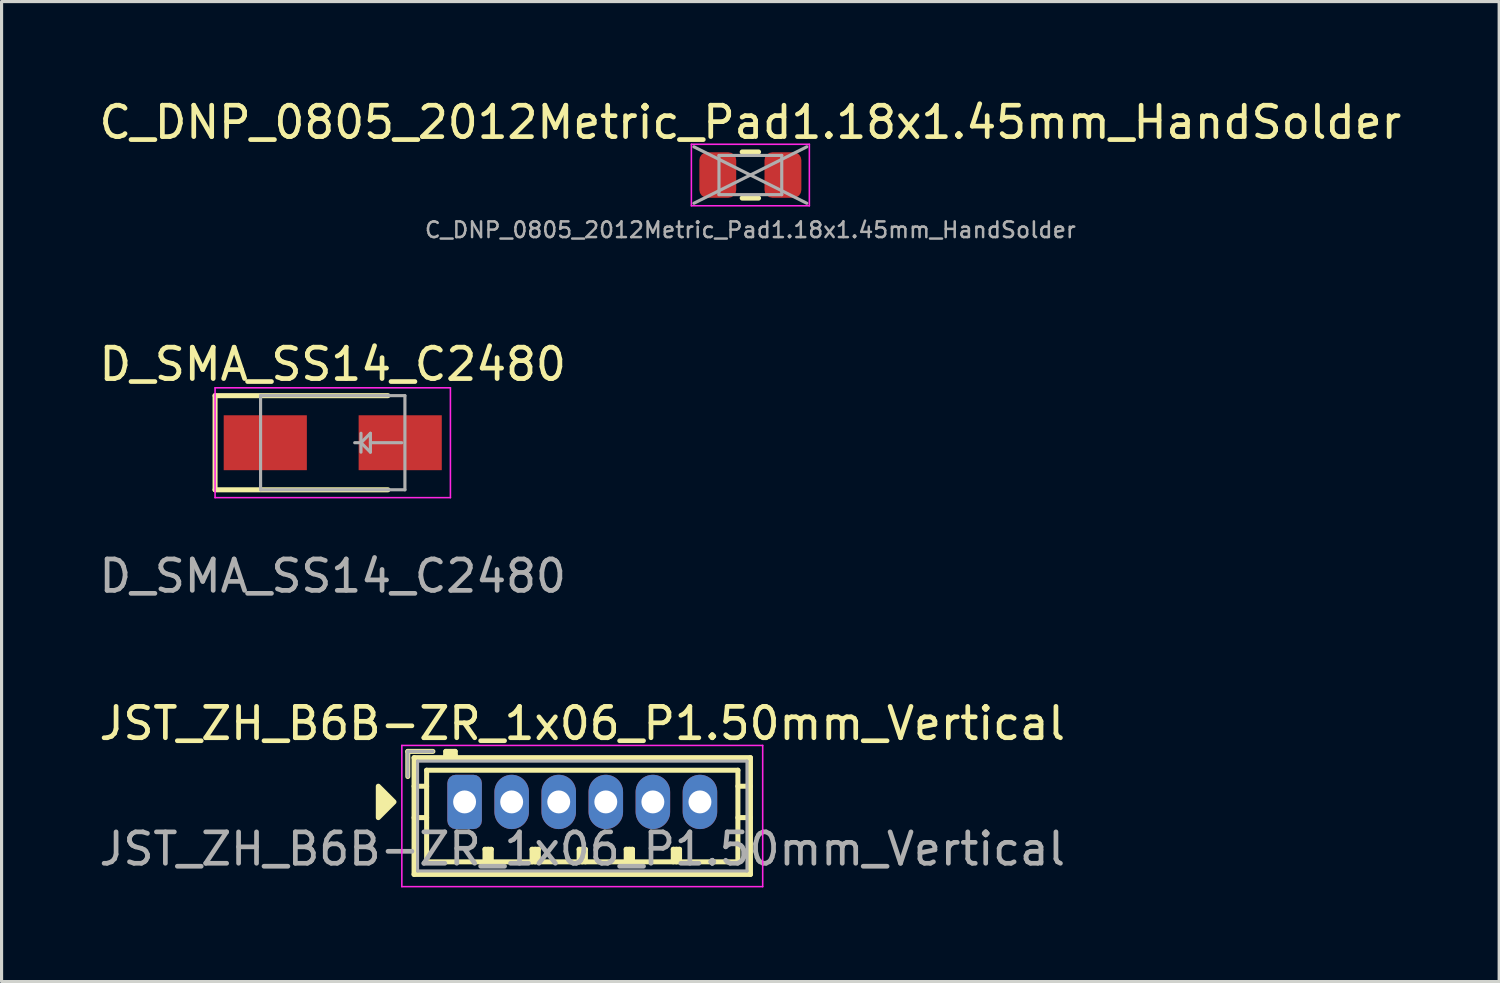
<source format=kicad_pcb>
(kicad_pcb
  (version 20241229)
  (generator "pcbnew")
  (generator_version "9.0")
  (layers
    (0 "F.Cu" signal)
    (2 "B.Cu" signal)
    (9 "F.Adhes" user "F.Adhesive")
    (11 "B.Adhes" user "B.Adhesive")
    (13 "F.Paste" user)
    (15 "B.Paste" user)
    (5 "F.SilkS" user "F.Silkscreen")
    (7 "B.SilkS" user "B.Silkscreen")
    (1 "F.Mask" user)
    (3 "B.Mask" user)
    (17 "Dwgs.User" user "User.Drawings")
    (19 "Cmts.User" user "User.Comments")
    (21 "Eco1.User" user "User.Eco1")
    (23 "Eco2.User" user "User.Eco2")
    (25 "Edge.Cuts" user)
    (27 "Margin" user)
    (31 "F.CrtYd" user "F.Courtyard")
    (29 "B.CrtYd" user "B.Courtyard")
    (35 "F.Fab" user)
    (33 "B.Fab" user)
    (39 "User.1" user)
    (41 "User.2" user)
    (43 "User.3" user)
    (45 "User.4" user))
  (footprint "D_SMA_SS14_C2480"
    (layer "F.Cu")
    (at 7.554 11.059)
    (property "Reference" "D_SMA_SS14_C2480" (at 0 -2.5 0) (layer "F.SilkS") (effects (font (size 1 1) (thickness 0.15))))
    (attr smd)
    (fp_line (start -3.75 -1.5) (end -3.75 1.5) (stroke (width 0.16) (type solid)) (layer "F.SilkS"))
    (fp_line (start -3.75 -1.5) (end 1.76 -1.5) (stroke (width 0.16) (type solid)) (layer "F.SilkS"))
    (fp_line (start -3.75 1.5) (end 1.76 1.5) (stroke (width 0.16) (type solid)) (layer "F.SilkS"))
    (fp_line (start -3.75 -1.75) (end 3.75 -1.75) (stroke (width 0.05) (type solid)) (layer "F.CrtYd"))
    (fp_line (start -3.75 1.75) (end -3.75 -1.75) (stroke (width 0.05) (type solid)) (layer "F.CrtYd"))
    (fp_line (start 3.75 -1.75) (end 3.75 1.75) (stroke (width 0.05) (type solid)) (layer "F.CrtYd"))
    (fp_line (start 3.75 1.75) (end -3.75 1.75) (stroke (width 0.05) (type solid)) (layer "F.CrtYd"))
    (fp_line (start -2.3 1.5) (end -2.3 -1.5) (stroke (width 0.1) (type solid)) (layer "F.Fab"))
    (fp_line (start 0.7 0) (end 0.899 0) (stroke (width 0.1) (type solid)) (layer "F.Fab"))
    (fp_line (start 0.9 -0.3) (end 0.9 0.3) (stroke (width 0.1) (type default)) (layer "F.Fab"))
    (fp_line (start 1.2 -0.3) (end 0.9 0.00013) (stroke (width 0.1) (type default)) (layer "F.Fab"))
    (fp_line (start 1.2 0.3) (end 0.9 0) (stroke (width 0.1) (type default)) (layer "F.Fab"))
    (fp_line (start 1.2 0.3) (end 1.2 -0.3) (stroke (width 0.1) (type solid)) (layer "F.Fab"))
    (fp_line (start 1.201 0) (end 2.199 0) (stroke (width 0.1) (type solid)) (layer "F.Fab"))
    (fp_line (start 2.3 -1.5) (end -2.3 -1.5) (stroke (width 0.1) (type solid)) (layer "F.Fab"))
    (fp_line (start 2.3 -1.5) (end 2.3 1.5) (stroke (width 0.1) (type solid)) (layer "F.Fab"))
    (fp_line (start 2.3 1.5) (end -2.3 1.5) (stroke (width 0.1) (type solid)) (layer "F.Fab"))
    (fp_text user "${REFERENCE}" (at 0 4.25 0) (layer "F.Fab") (effects (font (size 1 1) (thickness 0.15))))
    (dimension (type aligned) (layer "User.1") (pts (xy 5.404 11.059) (xy 9.704 11.059)) (height -1.25) (format (prefix "") (suffix "") (units 3) (units_format 1) (precision 2)) (style (thickness 0.01) (arrow_length 0.01) (text_position_mode 2) (arrow_direction outward) (extension_height 0) (extension_offset 0) (keep_text_aligned yes)) (gr_text "4.30 mm" (at 7.554 9.809 0) (layer "User.1") (effects (font (size 0.1 0.1) (thickness 0.15)))))
    (dimension (type aligned) (layer "User.1") (pts (xy 6.729 10.184) (xy 6.729 11.934)) (height -0.1) (format (prefix "") (suffix "") (units 3) (units_format 1) (precision 2)) (style (thickness 0.01) (arrow_length 0.01) (text_position_mode 2) (arrow_direction outward) (extension_height 0) (extension_offset 0) (keep_text_aligned yes)) (gr_text "1.75 mm" (at 6.857 10.969 90) (layer "User.1") (effects (font (size 0.1 0.1) (thickness 0.15)))))
    (dimension (type aligned) (layer "User.1") (pts (xy 4.079 10.184) (xy 6.729 10.184)) (height -0.1) (format (prefix "") (suffix "") (units 3) (units_format 1) (precision 2)) (style (thickness 0.01) (arrow_length 0.01) (text_position_mode 2) (arrow_direction outward) (extension_height 0) (extension_offset 0) (keep_text_aligned yes)) (gr_text "2.65 mm" (at 5.554 10.059 0) (layer "User.1") (effects (font (size 0.1 0.1) (thickness 0.15)))))
    (pad "1" smd rect (at -2.15 0) (size 2.65 1.75) (layers "F.Cu" "F.Mask" "F.Paste"))
    (pad "2" smd rect (at 2.15 0) (size 2.65 1.75) (layers "F.Cu" "F.Mask" "F.Paste")))
  (footprint "C_DNP_0805_2012Metric_Pad1.18x1.45mm_HandSolder"
    (layer "F.Cu")
    (at 20.863 2.528)
    (property "Reference" "C_DNP_0805_2012Metric_Pad1.18x1.45mm_HandSolder" (at 0 -1.68 0) (layer "F.SilkS") (effects (font (size 1 1) (thickness 0.15))))
    (attr smd)
    (fp_line (start -0.261 -0.735) (end 0.261 -0.735) (stroke (width 0.16) (type solid)) (layer "F.SilkS"))
    (fp_line (start -0.261 0.735) (end 0.261 0.735) (stroke (width 0.16) (type solid)) (layer "F.SilkS"))
    (fp_line (start -1.88 -0.98) (end 1.88 -0.98) (stroke (width 0.05) (type solid)) (layer "F.CrtYd"))
    (fp_line (start -1.88 0.98) (end -1.88 -0.98) (stroke (width 0.05) (type solid)) (layer "F.CrtYd"))
    (fp_line (start 1.88 -0.98) (end 1.88 0.98) (stroke (width 0.05) (type solid)) (layer "F.CrtYd"))
    (fp_line (start 1.88 0.98) (end -1.88 0.98) (stroke (width 0.05) (type solid)) (layer "F.CrtYd"))
    (fp_line (start -1.8 -0.9) (end 1.8 0.9) (stroke (width 0.1) (type default)) (layer "F.Fab"))
    (fp_line (start -1 -0.625) (end 1 -0.625) (stroke (width 0.1) (type solid)) (layer "F.Fab"))
    (fp_line (start -1 0.625) (end -1 -0.625) (stroke (width 0.1) (type solid)) (layer "F.Fab"))
    (fp_line (start 1 -0.625) (end 1 0.625) (stroke (width 0.1) (type solid)) (layer "F.Fab"))
    (fp_line (start 1 0.625) (end -1 0.625) (stroke (width 0.1) (type solid)) (layer "F.Fab"))
    (fp_line (start 1.8 -0.9) (end -1.8 0.9) (stroke (width 0.1) (type default)) (layer "F.Fab"))
    (fp_text user "${REFERENCE}" (at 0 1.75 0) (layer "F.Fab") (effects (font (size 0.5 0.5) (thickness 0.08))))
    (pad "1" smd roundrect (at -1.038 0) (size 1.175 1.45) (layers "F.Cu" "F.Mask" "F.Paste") (roundrect_rratio 0.213))
    (pad "2" smd roundrect (at 1.038 0) (size 1.175 1.45) (layers "F.Cu" "F.Mask" "F.Paste") (roundrect_rratio 0.213)))
  (footprint "JST_ZH_B6B-ZR_1x06_P1.50mm_Vertical"
    (layer "F.Cu")
    (at 11.756 22.506)
    (property "Reference" "JST_ZH_B6B-ZR_1x06_P1.50mm_Vertical" (at 3.75 -2.5 0) (layer "F.SilkS") (effects (font (size 1 1) (thickness 0.15))))
    (attr through_hole)
    (fp_line (start -1.81 -1.61) (end -1.81 -0.81) (stroke (width 0.16) (type solid)) (layer "F.SilkS"))
    (fp_line (start -1.61 -1.41) (end -1.61 2.31) (stroke (width 0.16) (type solid)) (layer "F.SilkS"))
    (fp_line (start -1.61 -0.5) (end -1.21 -0.5) (stroke (width 0.16) (type solid)) (layer "F.SilkS"))
    (fp_line (start -1.61 0.5) (end -1.21 0.5) (stroke (width 0.16) (type solid)) (layer "F.SilkS"))
    (fp_line (start -1.61 2.31) (end 9.11 2.31) (stroke (width 0.16) (type solid)) (layer "F.SilkS"))
    (fp_line (start -1.21 -1.01) (end -1.21 1.91) (stroke (width 0.16) (type solid)) (layer "F.SilkS"))
    (fp_line (start -1.21 1.91) (end 8.71 1.91) (stroke (width 0.16) (type solid)) (layer "F.SilkS"))
    (fp_line (start -1.01 -1.61) (end -1.81 -1.61) (stroke (width 0.16) (type solid)) (layer "F.SilkS"))
    (fp_line (start -0.6 -1.61) (end -0.6 -1.41) (stroke (width 0.16) (type solid)) (layer "F.SilkS"))
    (fp_line (start -0.3 -1.61) (end -0.6 -1.61) (stroke (width 0.16) (type solid)) (layer "F.SilkS"))
    (fp_line (start -0.3 -1.51) (end -0.6 -1.51) (stroke (width 0.16) (type solid)) (layer "F.SilkS"))
    (fp_line (start -0.3 -1.41) (end -0.3 -1.61) (stroke (width 0.16) (type solid)) (layer "F.SilkS"))
    (fp_line (start 0.65 1.51) (end 0.85 1.51) (stroke (width 0.16) (type solid)) (layer "F.SilkS"))
    (fp_line (start 0.65 1.91) (end 0.65 1.51) (stroke (width 0.16) (type solid)) (layer "F.SilkS"))
    (fp_line (start 0.75 1.91) (end 0.75 1.51) (stroke (width 0.16) (type solid)) (layer "F.SilkS"))
    (fp_line (start 0.85 1.51) (end 0.85 1.91) (stroke (width 0.16) (type solid)) (layer "F.SilkS"))
    (fp_line (start 2.15 1.51) (end 2.35 1.51) (stroke (width 0.16) (type solid)) (layer "F.SilkS"))
    (fp_line (start 2.15 1.91) (end 2.15 1.51) (stroke (width 0.16) (type solid)) (layer "F.SilkS"))
    (fp_line (start 2.25 1.91) (end 2.25 1.51) (stroke (width 0.16) (type solid)) (layer "F.SilkS"))
    (fp_line (start 2.35 1.51) (end 2.35 1.91) (stroke (width 0.16) (type solid)) (layer "F.SilkS"))
    (fp_line (start 3.65 1.51) (end 3.85 1.51) (stroke (width 0.16) (type solid)) (layer "F.SilkS"))
    (fp_line (start 3.65 1.91) (end 3.65 1.51) (stroke (width 0.16) (type solid)) (layer "F.SilkS"))
    (fp_line (start 3.75 1.91) (end 3.75 1.51) (stroke (width 0.16) (type solid)) (layer "F.SilkS"))
    (fp_line (start 3.85 1.51) (end 3.85 1.91) (stroke (width 0.16) (type solid)) (layer "F.SilkS"))
    (fp_line (start 5.15 1.51) (end 5.35 1.51) (stroke (width 0.16) (type solid)) (layer "F.SilkS"))
    (fp_line (start 5.15 1.91) (end 5.15 1.51) (stroke (width 0.16) (type solid)) (layer "F.SilkS"))
    (fp_line (start 5.25 1.91) (end 5.25 1.51) (stroke (width 0.16) (type solid)) (layer "F.SilkS"))
    (fp_line (start 5.35 1.51) (end 5.35 1.91) (stroke (width 0.16) (type solid)) (layer "F.SilkS"))
    (fp_line (start 6.65 1.51) (end 6.85 1.51) (stroke (width 0.16) (type solid)) (layer "F.SilkS"))
    (fp_line (start 6.65 1.91) (end 6.65 1.51) (stroke (width 0.16) (type solid)) (layer "F.SilkS"))
    (fp_line (start 6.75 1.91) (end 6.75 1.51) (stroke (width 0.16) (type solid)) (layer "F.SilkS"))
    (fp_line (start 6.85 1.51) (end 6.85 1.91) (stroke (width 0.16) (type solid)) (layer "F.SilkS"))
    (fp_line (start 8.71 -1.01) (end -1.21 -1.01) (stroke (width 0.16) (type solid)) (layer "F.SilkS"))
    (fp_line (start 8.71 1.91) (end 8.71 -1.01) (stroke (width 0.16) (type solid)) (layer "F.SilkS"))
    (fp_line (start 9.11 -1.41) (end -1.61 -1.41) (stroke (width 0.16) (type solid)) (layer "F.SilkS"))
    (fp_line (start 9.11 -0.5) (end 8.71 -0.5) (stroke (width 0.16) (type solid)) (layer "F.SilkS"))
    (fp_line (start 9.11 0.5) (end 8.71 0.5) (stroke (width 0.16) (type solid)) (layer "F.SilkS"))
    (fp_line (start 9.11 2.31) (end 9.11 -1.41) (stroke (width 0.16) (type solid)) (layer "F.SilkS"))
    (fp_poly (pts (xy -2.75 -0.5) (xy -2.25 0) (xy -2.75 0.5)) (stroke (width 0.16) (type solid)) (fill yes) (layer "F.SilkS"))
    (fp_line (start -2 -1.8) (end -2 2.7) (stroke (width 0.05) (type solid)) (layer "F.CrtYd"))
    (fp_line (start -2 2.7) (end 9.5 2.7) (stroke (width 0.05) (type solid)) (layer "F.CrtYd"))
    (fp_line (start 9.5 -1.8) (end -2 -1.8) (stroke (width 0.05) (type solid)) (layer "F.CrtYd"))
    (fp_line (start 9.5 2.7) (end 9.5 -1.8) (stroke (width 0.05) (type solid)) (layer "F.CrtYd"))
    (fp_line (start -1.81 -1.61) (end -1.81 -0.81) (stroke (width 0.1) (type solid)) (layer "F.Fab"))
    (fp_line (start -1.5 -1.3) (end -1.5 2.2) (stroke (width 0.1) (type solid)) (layer "F.Fab"))
    (fp_line (start -1.5 2.2) (end 9 2.2) (stroke (width 0.1) (type solid)) (layer "F.Fab"))
    (fp_line (start -1.01 -1.61) (end -1.81 -1.61) (stroke (width 0.1) (type solid)) (layer "F.Fab"))
    (fp_line (start 9 -1.3) (end -1.5 -1.3) (stroke (width 0.1) (type solid)) (layer "F.Fab"))
    (fp_line (start 9 2.2) (end 9 -1.3) (stroke (width 0.1) (type solid)) (layer "F.Fab"))
    (fp_text user "${REFERENCE}" (at 3.75 1.5 0) (layer "F.Fab") (effects (font (size 1 1) (thickness 0.15))))
    (pad "1" thru_hole roundrect (at 0 0) (size 1.1 1.73) (drill 0.73) (layers "*.Cu" "*.Mask") (roundrect_rratio 0.243))
    (pad "2" thru_hole oval (at 1.5 0) (size 1.1 1.73) (drill 0.73) (layers "*.Cu" "*.Mask"))
    (pad "3" thru_hole oval (at 3 0) (size 1.1 1.73) (drill 0.73) (layers "*.Cu" "*.Mask"))
    (pad "4" thru_hole oval (at 4.5 0) (size 1.1 1.73) (drill 0.73) (layers "*.Cu" "*.Mask"))
    (pad "5" thru_hole oval (at 6 0) (size 1.1 1.73) (drill 0.73) (layers "*.Cu" "*.Mask"))
    (pad "6" thru_hole oval (at 7.5 0) (size 1.1 1.73) (drill 0.73) (layers "*.Cu" "*.Mask")))
  (gr_rect
    (start -3 -3)
    (end 44.726 28.231)
    (stroke (width 0.1) (type default))
    (fill no)
    (layer "Edge.Cuts")))
</source>
